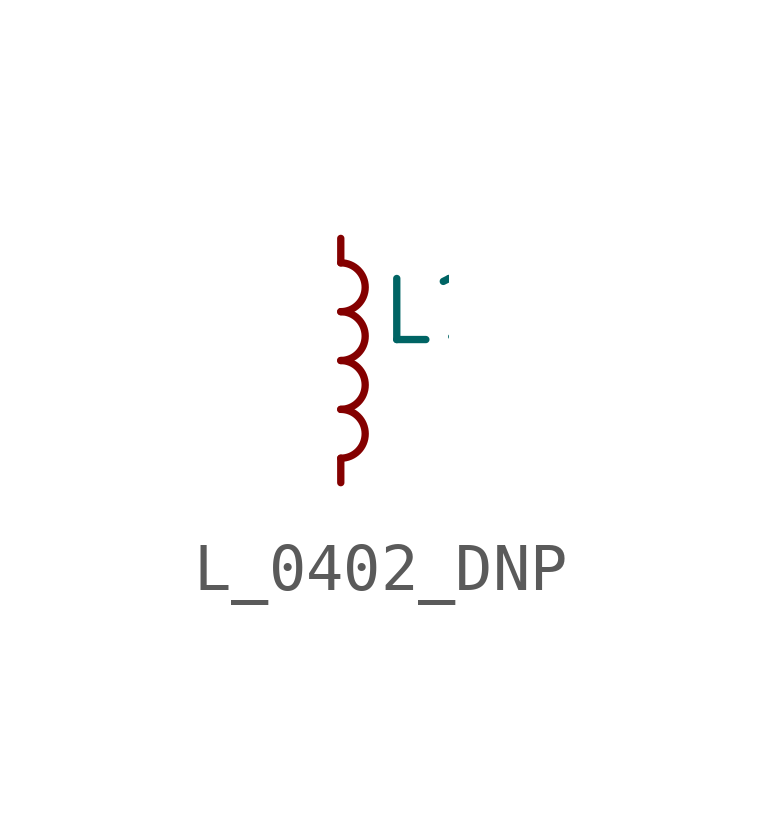
<source format=kicad_sym>
(kicad_symbol_lib
  (version 20220914)
  (generator kicad_symbol_editor)
  (symbol "L_0402_DNP"
    (pin_numbers hide)
    (pin_names
      (offset 0.254) hide)
    (property "Reference" "L"
      (at 0.762 1.016 0)
      (effects (font (size 1.27 1.27)) (justify left)))
    (property "Inductance" ""
      (at 0 0 0)
      (effects (font (size 1.27 1.27))))
    (symbol "L_0402_DNP_0_1"
      (arc (start 0 -2.032) (mid 0.5058 -1.524) (end 0 -1.016) (stroke (width 0) (type default)) (fill (type none)))
      (arc (start 0 -1.016) (mid 0.5058 -0.508) (end 0 0) (stroke (width 0) (type default)) (fill (type none)))
      (arc (start 0 0) (mid 0.5058 0.508) (end 0 1.016) (stroke (width 0) (type default)) (fill (type none)))
      (arc (start 0 1.016) (mid 0.5058 1.524) (end 0 2.032) (stroke (width 0) (type default)) (fill (type none))))
    (symbol "L_0402_DNP_1_1"
      (pin passive line (at 0 2.54 270) (length 0.508) (name "~" (effects (font (size 1.27 1.27)))) (number "1" (effects (font (size 1.27 1.27)))))
      (pin passive line (at 0 -2.54 90) (length 0.508) (name "~" (effects (font (size 1.27 1.27)))) (number "2" (effects (font (size 1.27 1.27))))))))
</source>
